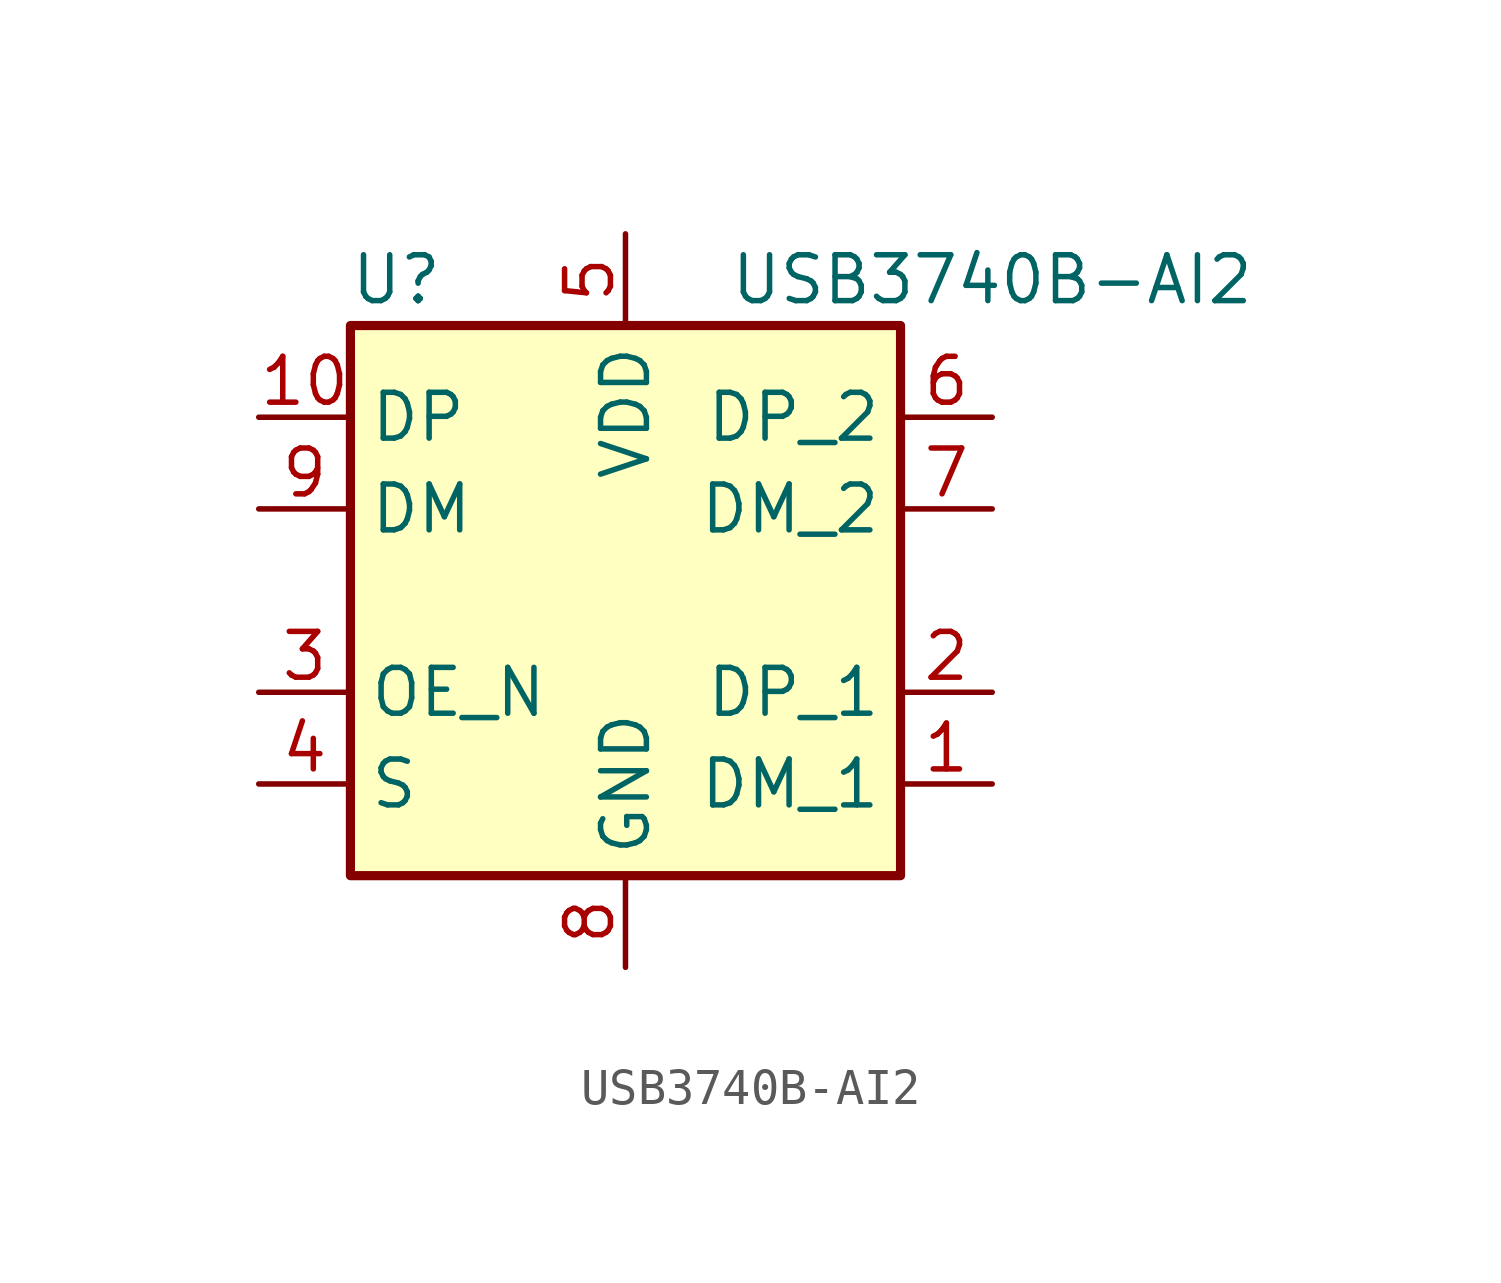
<source format=kicad_sym>
(kicad_symbol_lib
  (version 20241209)
  (generator "kicad_symbol_editor")
  (generator_version "9.0")
  (symbol "USB3740B-AI2"
    (property "Reference" "U"
      (at -6.35 8.89 0)
      (effects (font (size 1.27 1.27))))
    (property "Value" "USB3740B-AI2"
      (at 10.16 8.89 0)
      (effects (font (size 1.27 1.27))))
    (symbol "USB3740B-AI2_0_1"
      (rectangle (start 7.62 7.62) (end -7.62 -7.62) (stroke (width 0.254) (type default)) (fill (type background))))
    (symbol "USB3740B-AI2_1_1"
      (pin bidirectional line (at -10.16 5.08 0) (length 2.54) (name "DP" (effects (font (size 1.27 1.27)))) (number "10" (effects (font (size 1.27 1.27)))))
      (pin bidirectional line (at -10.16 2.54 0) (length 2.54) (name "DM" (effects (font (size 1.27 1.27)))) (number "9" (effects (font (size 1.27 1.27)))))
      (pin input line (at -10.16 -2.54 0) (length 2.54) (name "OE_N" (effects (font (size 1.27 1.27)))) (number "3" (effects (font (size 1.27 1.27)))))
      (pin input line (at -10.16 -5.08 0) (length 2.54) (name "S" (effects (font (size 1.27 1.27)))) (number "4" (effects (font (size 1.27 1.27)))))
      (pin power_in line (at 0 10.16 270) (length 2.54) (name "VDD" (effects (font (size 1.27 1.27)))) (number "5" (effects (font (size 1.27 1.27)))))
      (pin power_in line (at 0 -10.16 90) (length 2.54) (name "GND" (effects (font (size 1.27 1.27)))) (number "8" (effects (font (size 1.27 1.27)))))
      (pin bidirectional line (at 10.16 5.08 180) (length 2.54) (name "DP_2" (effects (font (size 1.27 1.27)))) (number "6" (effects (font (size 1.27 1.27)))))
      (pin bidirectional line (at 10.16 2.54 180) (length 2.54) (name "DM_2" (effects (font (size 1.27 1.27)))) (number "7" (effects (font (size 1.27 1.27)))))
      (pin bidirectional line (at 10.16 -2.54 180) (length 2.54) (name "DP_1" (effects (font (size 1.27 1.27)))) (number "2" (effects (font (size 1.27 1.27)))))
      (pin bidirectional line (at 10.16 -5.08 180) (length 2.54) (name "DM_1" (effects (font (size 1.27 1.27)))) (number "1" (effects (font (size 1.27 1.27))))))))
</source>
